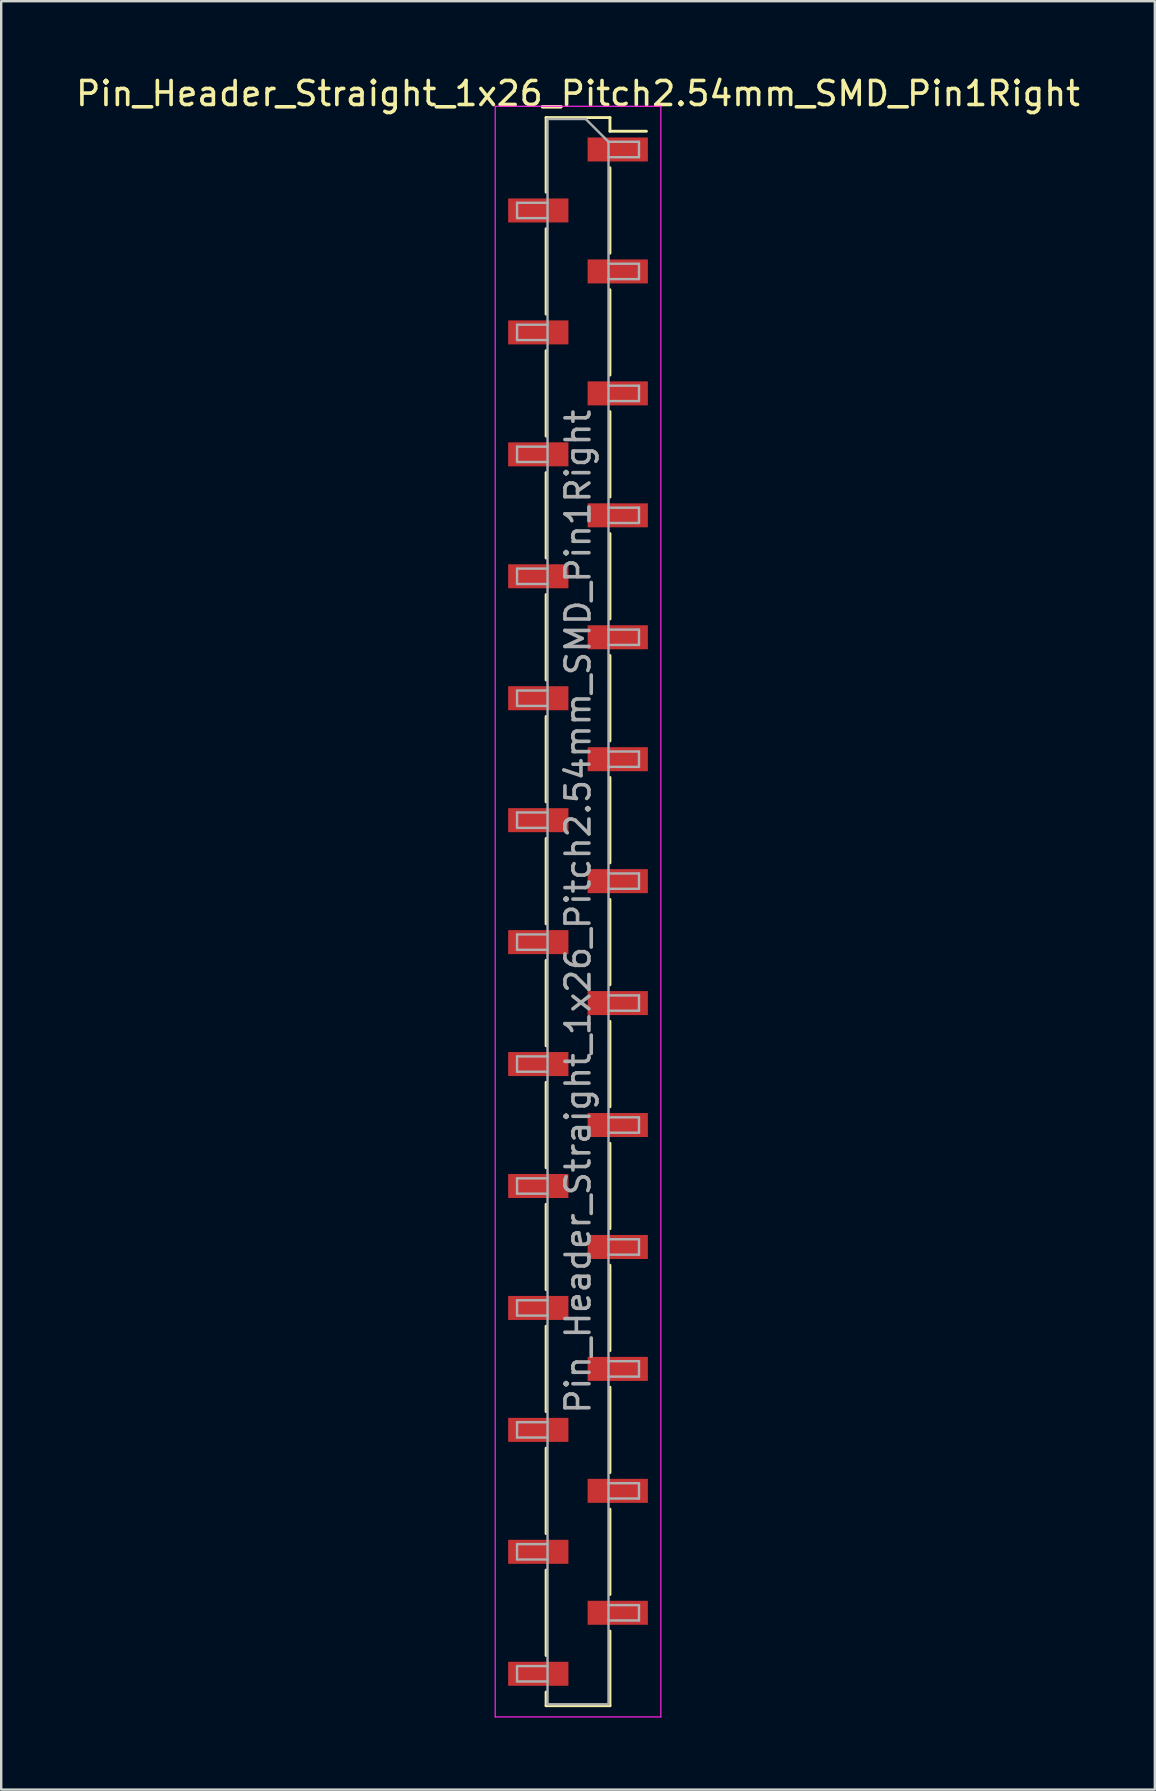
<source format=kicad_pcb>
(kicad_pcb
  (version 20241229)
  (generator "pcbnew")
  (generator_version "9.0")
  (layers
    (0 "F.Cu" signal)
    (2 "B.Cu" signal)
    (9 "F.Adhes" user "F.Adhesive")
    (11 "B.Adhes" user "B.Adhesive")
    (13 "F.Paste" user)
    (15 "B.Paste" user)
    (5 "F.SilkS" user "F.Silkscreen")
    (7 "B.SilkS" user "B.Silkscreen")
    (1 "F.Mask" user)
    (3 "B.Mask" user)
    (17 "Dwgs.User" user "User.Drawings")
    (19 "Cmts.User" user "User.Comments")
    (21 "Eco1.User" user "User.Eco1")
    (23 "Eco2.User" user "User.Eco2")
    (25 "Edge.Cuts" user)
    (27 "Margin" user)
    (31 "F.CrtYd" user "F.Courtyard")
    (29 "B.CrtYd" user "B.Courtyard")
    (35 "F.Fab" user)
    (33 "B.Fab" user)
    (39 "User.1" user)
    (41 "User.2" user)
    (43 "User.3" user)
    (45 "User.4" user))
  (footprint "Pin_Header_Straight_1x26_Pitch2.54mm_SMD_Pin1Right"
    (layer "F.Cu")
    (at 21.03 34.928)
    (property "Reference" "Pin_Header_Straight_1x26_Pitch2.54mm_SMD_Pin1Right" (at 0 -34.08 0) (layer "F.SilkS") (effects (font (size 1 1) (thickness 0.15))))
    (attr smd)
    (fp_line (start -1.33 -33.08) (end -1.33 -29.97) (stroke (width 0.12) (type solid)) (layer "F.SilkS"))
    (fp_line (start -1.33 -33.08) (end 1.33 -33.08) (stroke (width 0.12) (type solid)) (layer "F.SilkS"))
    (fp_line (start -1.33 -28.45) (end -1.33 -24.89) (stroke (width 0.12) (type solid)) (layer "F.SilkS"))
    (fp_line (start -1.33 -23.37) (end -1.33 -19.81) (stroke (width 0.12) (type solid)) (layer "F.SilkS"))
    (fp_line (start -1.33 -18.29) (end -1.33 -14.73) (stroke (width 0.12) (type solid)) (layer "F.SilkS"))
    (fp_line (start -1.33 -13.21) (end -1.33 -9.65) (stroke (width 0.12) (type solid)) (layer "F.SilkS"))
    (fp_line (start -1.33 -8.13) (end -1.33 -4.57) (stroke (width 0.12) (type solid)) (layer "F.SilkS"))
    (fp_line (start -1.33 -3.05) (end -1.33 0.51) (stroke (width 0.12) (type solid)) (layer "F.SilkS"))
    (fp_line (start -1.33 2.03) (end -1.33 5.59) (stroke (width 0.12) (type solid)) (layer "F.SilkS"))
    (fp_line (start -1.33 7.11) (end -1.33 10.67) (stroke (width 0.12) (type solid)) (layer "F.SilkS"))
    (fp_line (start -1.33 12.19) (end -1.33 15.75) (stroke (width 0.12) (type solid)) (layer "F.SilkS"))
    (fp_line (start -1.33 17.27) (end -1.33 20.83) (stroke (width 0.12) (type solid)) (layer "F.SilkS"))
    (fp_line (start -1.33 22.35) (end -1.33 25.91) (stroke (width 0.12) (type solid)) (layer "F.SilkS"))
    (fp_line (start -1.33 27.43) (end -1.33 30.99) (stroke (width 0.12) (type solid)) (layer "F.SilkS"))
    (fp_line (start -1.33 32.51) (end -1.33 33.08) (stroke (width 0.12) (type solid)) (layer "F.SilkS"))
    (fp_line (start -1.33 33.08) (end 1.33 33.08) (stroke (width 0.12) (type solid)) (layer "F.SilkS"))
    (fp_line (start 1.33 -33.08) (end 1.33 -32.51) (stroke (width 0.12) (type solid)) (layer "F.SilkS"))
    (fp_line (start 1.33 -32.51) (end 2.85 -32.51) (stroke (width 0.12) (type solid)) (layer "F.SilkS"))
    (fp_line (start 1.33 -30.99) (end 1.33 -27.43) (stroke (width 0.12) (type solid)) (layer "F.SilkS"))
    (fp_line (start 1.33 -25.91) (end 1.33 -22.35) (stroke (width 0.12) (type solid)) (layer "F.SilkS"))
    (fp_line (start 1.33 -20.83) (end 1.33 -17.27) (stroke (width 0.12) (type solid)) (layer "F.SilkS"))
    (fp_line (start 1.33 -15.75) (end 1.33 -12.19) (stroke (width 0.12) (type solid)) (layer "F.SilkS"))
    (fp_line (start 1.33 -10.67) (end 1.33 -7.11) (stroke (width 0.12) (type solid)) (layer "F.SilkS"))
    (fp_line (start 1.33 -5.59) (end 1.33 -2.03) (stroke (width 0.12) (type solid)) (layer "F.SilkS"))
    (fp_line (start 1.33 -0.51) (end 1.33 3.05) (stroke (width 0.12) (type solid)) (layer "F.SilkS"))
    (fp_line (start 1.33 4.57) (end 1.33 8.13) (stroke (width 0.12) (type solid)) (layer "F.SilkS"))
    (fp_line (start 1.33 9.65) (end 1.33 13.21) (stroke (width 0.12) (type solid)) (layer "F.SilkS"))
    (fp_line (start 1.33 14.73) (end 1.33 18.29) (stroke (width 0.12) (type solid)) (layer "F.SilkS"))
    (fp_line (start 1.33 19.81) (end 1.33 23.37) (stroke (width 0.12) (type solid)) (layer "F.SilkS"))
    (fp_line (start 1.33 24.89) (end 1.33 28.45) (stroke (width 0.12) (type solid)) (layer "F.SilkS"))
    (fp_line (start 1.33 29.97) (end 1.33 33.08) (stroke (width 0.12) (type solid)) (layer "F.SilkS"))
    (fp_line (start -3.45 -33.55) (end -3.45 33.55) (stroke (width 0.05) (type solid)) (layer "F.CrtYd"))
    (fp_line (start -3.45 33.55) (end 3.45 33.55) (stroke (width 0.05) (type solid)) (layer "F.CrtYd"))
    (fp_line (start 3.45 -33.55) (end -3.45 -33.55) (stroke (width 0.05) (type solid)) (layer "F.CrtYd"))
    (fp_line (start 3.45 33.55) (end 3.45 -33.55) (stroke (width 0.05) (type solid)) (layer "F.CrtYd"))
    (fp_line (start -2.54 -29.53) (end -2.54 -28.89) (stroke (width 0.1) (type solid)) (layer "F.Fab"))
    (fp_line (start -2.54 -28.89) (end -1.27 -28.89) (stroke (width 0.1) (type solid)) (layer "F.Fab"))
    (fp_line (start -2.54 -24.45) (end -2.54 -23.81) (stroke (width 0.1) (type solid)) (layer "F.Fab"))
    (fp_line (start -2.54 -23.81) (end -1.27 -23.81) (stroke (width 0.1) (type solid)) (layer "F.Fab"))
    (fp_line (start -2.54 -19.37) (end -2.54 -18.73) (stroke (width 0.1) (type solid)) (layer "F.Fab"))
    (fp_line (start -2.54 -18.73) (end -1.27 -18.73) (stroke (width 0.1) (type solid)) (layer "F.Fab"))
    (fp_line (start -2.54 -14.29) (end -2.54 -13.65) (stroke (width 0.1) (type solid)) (layer "F.Fab"))
    (fp_line (start -2.54 -13.65) (end -1.27 -13.65) (stroke (width 0.1) (type solid)) (layer "F.Fab"))
    (fp_line (start -2.54 -9.21) (end -2.54 -8.57) (stroke (width 0.1) (type solid)) (layer "F.Fab"))
    (fp_line (start -2.54 -8.57) (end -1.27 -8.57) (stroke (width 0.1) (type solid)) (layer "F.Fab"))
    (fp_line (start -2.54 -4.13) (end -2.54 -3.49) (stroke (width 0.1) (type solid)) (layer "F.Fab"))
    (fp_line (start -2.54 -3.49) (end -1.27 -3.49) (stroke (width 0.1) (type solid)) (layer "F.Fab"))
    (fp_line (start -2.54 0.95) (end -2.54 1.59) (stroke (width 0.1) (type solid)) (layer "F.Fab"))
    (fp_line (start -2.54 1.59) (end -1.27 1.59) (stroke (width 0.1) (type solid)) (layer "F.Fab"))
    (fp_line (start -2.54 6.03) (end -2.54 6.67) (stroke (width 0.1) (type solid)) (layer "F.Fab"))
    (fp_line (start -2.54 6.67) (end -1.27 6.67) (stroke (width 0.1) (type solid)) (layer "F.Fab"))
    (fp_line (start -2.54 11.11) (end -2.54 11.75) (stroke (width 0.1) (type solid)) (layer "F.Fab"))
    (fp_line (start -2.54 11.75) (end -1.27 11.75) (stroke (width 0.1) (type solid)) (layer "F.Fab"))
    (fp_line (start -2.54 16.19) (end -2.54 16.83) (stroke (width 0.1) (type solid)) (layer "F.Fab"))
    (fp_line (start -2.54 16.83) (end -1.27 16.83) (stroke (width 0.1) (type solid)) (layer "F.Fab"))
    (fp_line (start -2.54 21.27) (end -2.54 21.91) (stroke (width 0.1) (type solid)) (layer "F.Fab"))
    (fp_line (start -2.54 21.91) (end -1.27 21.91) (stroke (width 0.1) (type solid)) (layer "F.Fab"))
    (fp_line (start -2.54 26.35) (end -2.54 26.99) (stroke (width 0.1) (type solid)) (layer "F.Fab"))
    (fp_line (start -2.54 26.99) (end -1.27 26.99) (stroke (width 0.1) (type solid)) (layer "F.Fab"))
    (fp_line (start -2.54 31.43) (end -2.54 32.07) (stroke (width 0.1) (type solid)) (layer "F.Fab"))
    (fp_line (start -2.54 32.07) (end -1.27 32.07) (stroke (width 0.1) (type solid)) (layer "F.Fab"))
    (fp_line (start -1.27 -33.02) (end -1.27 33.02) (stroke (width 0.1) (type solid)) (layer "F.Fab"))
    (fp_line (start -1.27 -33.02) (end 0.32 -33.02) (stroke (width 0.1) (type solid)) (layer "F.Fab"))
    (fp_line (start -1.27 -29.53) (end -2.54 -29.53) (stroke (width 0.1) (type solid)) (layer "F.Fab"))
    (fp_line (start -1.27 -24.45) (end -2.54 -24.45) (stroke (width 0.1) (type solid)) (layer "F.Fab"))
    (fp_line (start -1.27 -19.37) (end -2.54 -19.37) (stroke (width 0.1) (type solid)) (layer "F.Fab"))
    (fp_line (start -1.27 -14.29) (end -2.54 -14.29) (stroke (width 0.1) (type solid)) (layer "F.Fab"))
    (fp_line (start -1.27 -9.21) (end -2.54 -9.21) (stroke (width 0.1) (type solid)) (layer "F.Fab"))
    (fp_line (start -1.27 -4.13) (end -2.54 -4.13) (stroke (width 0.1) (type solid)) (layer "F.Fab"))
    (fp_line (start -1.27 0.95) (end -2.54 0.95) (stroke (width 0.1) (type solid)) (layer "F.Fab"))
    (fp_line (start -1.27 6.03) (end -2.54 6.03) (stroke (width 0.1) (type solid)) (layer "F.Fab"))
    (fp_line (start -1.27 11.11) (end -2.54 11.11) (stroke (width 0.1) (type solid)) (layer "F.Fab"))
    (fp_line (start -1.27 16.19) (end -2.54 16.19) (stroke (width 0.1) (type solid)) (layer "F.Fab"))
    (fp_line (start -1.27 21.27) (end -2.54 21.27) (stroke (width 0.1) (type solid)) (layer "F.Fab"))
    (fp_line (start -1.27 26.35) (end -2.54 26.35) (stroke (width 0.1) (type solid)) (layer "F.Fab"))
    (fp_line (start -1.27 31.43) (end -2.54 31.43) (stroke (width 0.1) (type solid)) (layer "F.Fab"))
    (fp_line (start 1.27 -32.07) (end 0.32 -33.02) (stroke (width 0.1) (type solid)) (layer "F.Fab"))
    (fp_line (start 1.27 -32.07) (end 2.54 -32.07) (stroke (width 0.1) (type solid)) (layer "F.Fab"))
    (fp_line (start 1.27 -26.99) (end 2.54 -26.99) (stroke (width 0.1) (type solid)) (layer "F.Fab"))
    (fp_line (start 1.27 -21.91) (end 2.54 -21.91) (stroke (width 0.1) (type solid)) (layer "F.Fab"))
    (fp_line (start 1.27 -16.83) (end 2.54 -16.83) (stroke (width 0.1) (type solid)) (layer "F.Fab"))
    (fp_line (start 1.27 -11.75) (end 2.54 -11.75) (stroke (width 0.1) (type solid)) (layer "F.Fab"))
    (fp_line (start 1.27 -6.67) (end 2.54 -6.67) (stroke (width 0.1) (type solid)) (layer "F.Fab"))
    (fp_line (start 1.27 -1.59) (end 2.54 -1.59) (stroke (width 0.1) (type solid)) (layer "F.Fab"))
    (fp_line (start 1.27 3.49) (end 2.54 3.49) (stroke (width 0.1) (type solid)) (layer "F.Fab"))
    (fp_line (start 1.27 8.57) (end 2.54 8.57) (stroke (width 0.1) (type solid)) (layer "F.Fab"))
    (fp_line (start 1.27 13.65) (end 2.54 13.65) (stroke (width 0.1) (type solid)) (layer "F.Fab"))
    (fp_line (start 1.27 18.73) (end 2.54 18.73) (stroke (width 0.1) (type solid)) (layer "F.Fab"))
    (fp_line (start 1.27 23.81) (end 2.54 23.81) (stroke (width 0.1) (type solid)) (layer "F.Fab"))
    (fp_line (start 1.27 28.89) (end 2.54 28.89) (stroke (width 0.1) (type solid)) (layer "F.Fab"))
    (fp_line (start 1.27 33.02) (end -1.27 33.02) (stroke (width 0.1) (type solid)) (layer "F.Fab"))
    (fp_line (start 1.27 33.02) (end 1.27 -32.07) (stroke (width 0.1) (type solid)) (layer "F.Fab"))
    (fp_line (start 2.54 -32.07) (end 2.54 -31.43) (stroke (width 0.1) (type solid)) (layer "F.Fab"))
    (fp_line (start 2.54 -31.43) (end 1.27 -31.43) (stroke (width 0.1) (type solid)) (layer "F.Fab"))
    (fp_line (start 2.54 -26.99) (end 2.54 -26.35) (stroke (width 0.1) (type solid)) (layer "F.Fab"))
    (fp_line (start 2.54 -26.35) (end 1.27 -26.35) (stroke (width 0.1) (type solid)) (layer "F.Fab"))
    (fp_line (start 2.54 -21.91) (end 2.54 -21.27) (stroke (width 0.1) (type solid)) (layer "F.Fab"))
    (fp_line (start 2.54 -21.27) (end 1.27 -21.27) (stroke (width 0.1) (type solid)) (layer "F.Fab"))
    (fp_line (start 2.54 -16.83) (end 2.54 -16.19) (stroke (width 0.1) (type solid)) (layer "F.Fab"))
    (fp_line (start 2.54 -16.19) (end 1.27 -16.19) (stroke (width 0.1) (type solid)) (layer "F.Fab"))
    (fp_line (start 2.54 -11.75) (end 2.54 -11.11) (stroke (width 0.1) (type solid)) (layer "F.Fab"))
    (fp_line (start 2.54 -11.11) (end 1.27 -11.11) (stroke (width 0.1) (type solid)) (layer "F.Fab"))
    (fp_line (start 2.54 -6.67) (end 2.54 -6.03) (stroke (width 0.1) (type solid)) (layer "F.Fab"))
    (fp_line (start 2.54 -6.03) (end 1.27 -6.03) (stroke (width 0.1) (type solid)) (layer "F.Fab"))
    (fp_line (start 2.54 -1.59) (end 2.54 -0.95) (stroke (width 0.1) (type solid)) (layer "F.Fab"))
    (fp_line (start 2.54 -0.95) (end 1.27 -0.95) (stroke (width 0.1) (type solid)) (layer "F.Fab"))
    (fp_line (start 2.54 3.49) (end 2.54 4.13) (stroke (width 0.1) (type solid)) (layer "F.Fab"))
    (fp_line (start 2.54 4.13) (end 1.27 4.13) (stroke (width 0.1) (type solid)) (layer "F.Fab"))
    (fp_line (start 2.54 8.57) (end 2.54 9.21) (stroke (width 0.1) (type solid)) (layer "F.Fab"))
    (fp_line (start 2.54 9.21) (end 1.27 9.21) (stroke (width 0.1) (type solid)) (layer "F.Fab"))
    (fp_line (start 2.54 13.65) (end 2.54 14.29) (stroke (width 0.1) (type solid)) (layer "F.Fab"))
    (fp_line (start 2.54 14.29) (end 1.27 14.29) (stroke (width 0.1) (type solid)) (layer "F.Fab"))
    (fp_line (start 2.54 18.73) (end 2.54 19.37) (stroke (width 0.1) (type solid)) (layer "F.Fab"))
    (fp_line (start 2.54 19.37) (end 1.27 19.37) (stroke (width 0.1) (type solid)) (layer "F.Fab"))
    (fp_line (start 2.54 23.81) (end 2.54 24.45) (stroke (width 0.1) (type solid)) (layer "F.Fab"))
    (fp_line (start 2.54 24.45) (end 1.27 24.45) (stroke (width 0.1) (type solid)) (layer "F.Fab"))
    (fp_line (start 2.54 28.89) (end 2.54 29.53) (stroke (width 0.1) (type solid)) (layer "F.Fab"))
    (fp_line (start 2.54 29.53) (end 1.27 29.53) (stroke (width 0.1) (type solid)) (layer "F.Fab"))
    (fp_text user "${REFERENCE}" (at 0 0 90) (layer "F.Fab") (effects (font (size 1 1) (thickness 0.15))))
    (pad "1" smd rect (at 1.655 -31.75) (size 2.51 1) (layers "F.Cu" "F.Mask" "F.Paste"))
    (pad "2" smd rect (at -1.655 -29.21) (size 2.51 1) (layers "F.Cu" "F.Mask" "F.Paste"))
    (pad "3" smd rect (at 1.655 -26.67) (size 2.51 1) (layers "F.Cu" "F.Mask" "F.Paste"))
    (pad "4" smd rect (at -1.655 -24.13) (size 2.51 1) (layers "F.Cu" "F.Mask" "F.Paste"))
    (pad "5" smd rect (at 1.655 -21.59) (size 2.51 1) (layers "F.Cu" "F.Mask" "F.Paste"))
    (pad "6" smd rect (at -1.655 -19.05) (size 2.51 1) (layers "F.Cu" "F.Mask" "F.Paste"))
    (pad "7" smd rect (at 1.655 -16.51) (size 2.51 1) (layers "F.Cu" "F.Mask" "F.Paste"))
    (pad "8" smd rect (at -1.655 -13.97) (size 2.51 1) (layers "F.Cu" "F.Mask" "F.Paste"))
    (pad "9" smd rect (at 1.655 -11.43) (size 2.51 1) (layers "F.Cu" "F.Mask" "F.Paste"))
    (pad "10" smd rect (at -1.655 -8.89) (size 2.51 1) (layers "F.Cu" "F.Mask" "F.Paste"))
    (pad "11" smd rect (at 1.655 -6.35) (size 2.51 1) (layers "F.Cu" "F.Mask" "F.Paste"))
    (pad "12" smd rect (at -1.655 -3.81) (size 2.51 1) (layers "F.Cu" "F.Mask" "F.Paste"))
    (pad "13" smd rect (at 1.655 -1.27) (size 2.51 1) (layers "F.Cu" "F.Mask" "F.Paste"))
    (pad "14" smd rect (at -1.655 1.27) (size 2.51 1) (layers "F.Cu" "F.Mask" "F.Paste"))
    (pad "15" smd rect (at 1.655 3.81) (size 2.51 1) (layers "F.Cu" "F.Mask" "F.Paste"))
    (pad "16" smd rect (at -1.655 6.35) (size 2.51 1) (layers "F.Cu" "F.Mask" "F.Paste"))
    (pad "17" smd rect (at 1.655 8.89) (size 2.51 1) (layers "F.Cu" "F.Mask" "F.Paste"))
    (pad "18" smd rect (at -1.655 11.43) (size 2.51 1) (layers "F.Cu" "F.Mask" "F.Paste"))
    (pad "19" smd rect (at 1.655 13.97) (size 2.51 1) (layers "F.Cu" "F.Mask" "F.Paste"))
    (pad "20" smd rect (at -1.655 16.51) (size 2.51 1) (layers "F.Cu" "F.Mask" "F.Paste"))
    (pad "21" smd rect (at 1.655 19.05) (size 2.51 1) (layers "F.Cu" "F.Mask" "F.Paste"))
    (pad "22" smd rect (at -1.655 21.59) (size 2.51 1) (layers "F.Cu" "F.Mask" "F.Paste"))
    (pad "23" smd rect (at 1.655 24.13) (size 2.51 1) (layers "F.Cu" "F.Mask" "F.Paste"))
    (pad "24" smd rect (at -1.655 26.67) (size 2.51 1) (layers "F.Cu" "F.Mask" "F.Paste"))
    (pad "25" smd rect (at 1.655 29.21) (size 2.51 1) (layers "F.Cu" "F.Mask" "F.Paste"))
    (pad "26" smd rect (at -1.655 31.75) (size 2.51 1) (layers "F.Cu" "F.Mask" "F.Paste")))
  (gr_rect
    (start -3 -3)
    (end 45.06 71.503)
    (stroke (width 0.1) (type default))
    (fill no)
    (layer "Edge.Cuts")))
</source>
